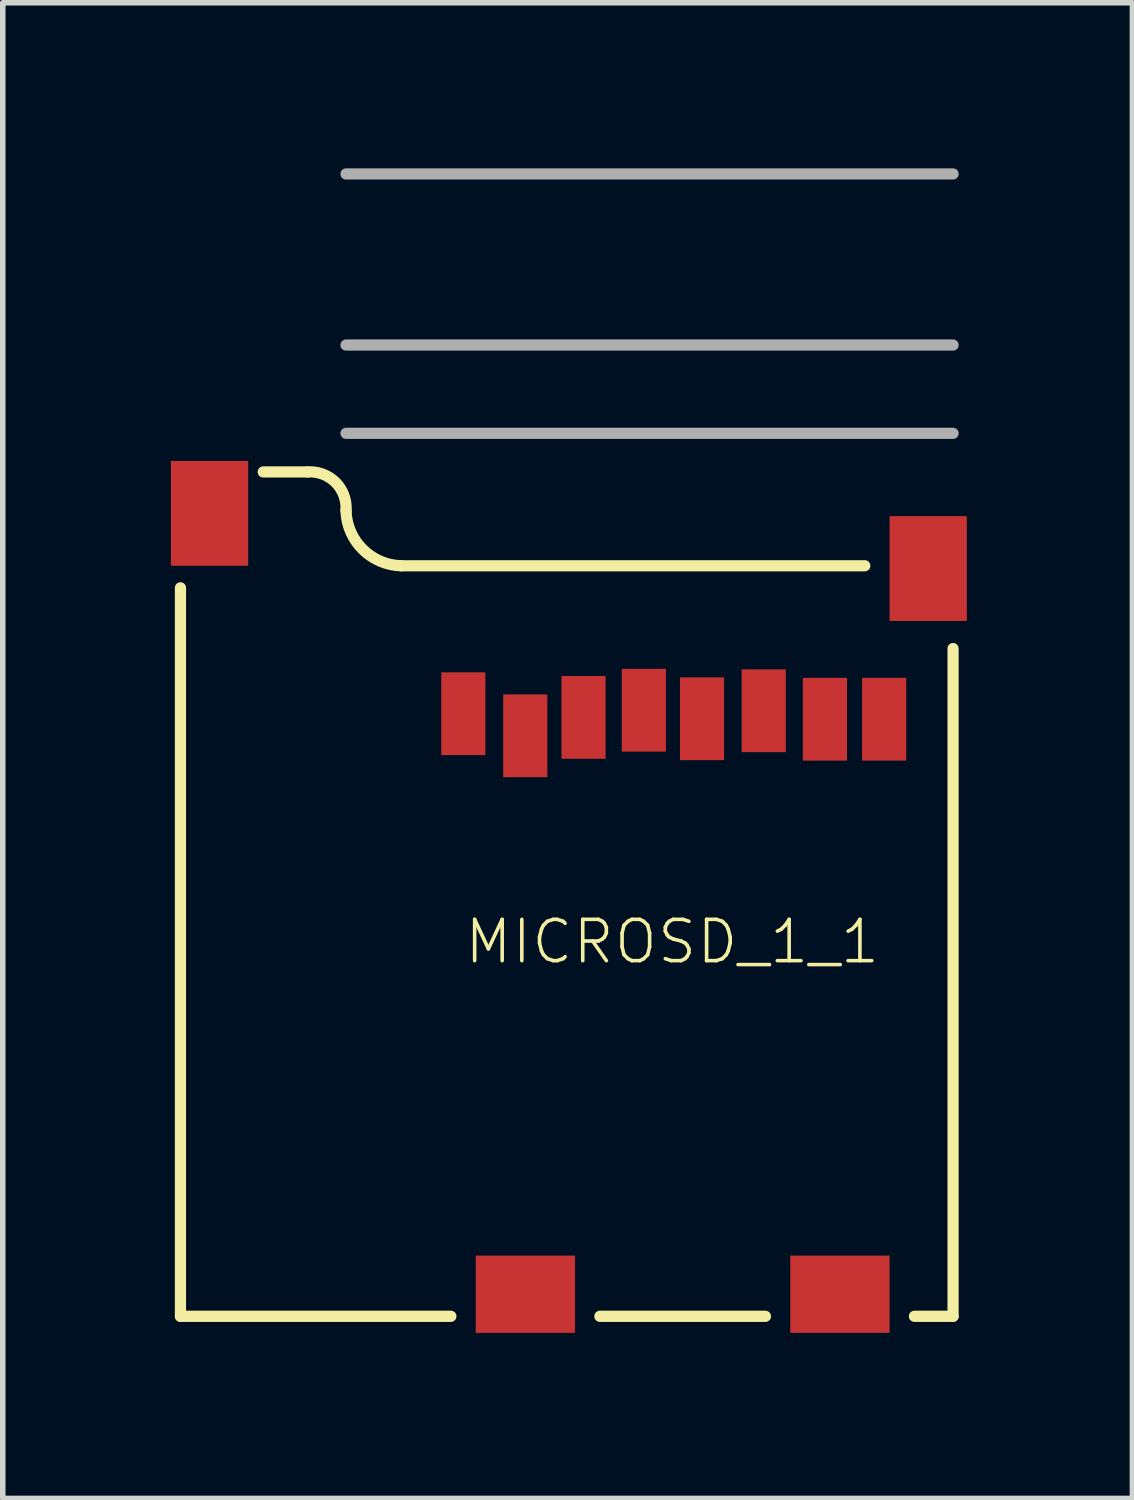
<source format=kicad_pcb>
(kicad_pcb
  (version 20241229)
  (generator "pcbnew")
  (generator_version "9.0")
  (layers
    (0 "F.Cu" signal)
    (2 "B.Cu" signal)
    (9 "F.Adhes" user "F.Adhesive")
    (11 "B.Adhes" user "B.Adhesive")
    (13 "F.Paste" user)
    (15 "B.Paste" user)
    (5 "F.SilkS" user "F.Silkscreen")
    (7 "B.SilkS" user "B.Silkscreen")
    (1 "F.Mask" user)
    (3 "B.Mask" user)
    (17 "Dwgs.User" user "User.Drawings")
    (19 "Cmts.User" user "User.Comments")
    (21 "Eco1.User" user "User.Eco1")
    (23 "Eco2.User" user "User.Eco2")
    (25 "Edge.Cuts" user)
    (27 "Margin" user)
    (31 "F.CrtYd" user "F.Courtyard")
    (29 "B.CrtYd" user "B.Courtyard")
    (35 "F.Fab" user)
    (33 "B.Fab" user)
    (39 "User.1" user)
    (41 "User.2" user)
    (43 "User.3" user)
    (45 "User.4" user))
  (footprint "MICROSD_1_1"
    (layer "F.Cu")
    (at 0.25 20.802)
    (property "Reference" "MICROSD_1_1" (at 5.08 -6.35 0) (layer "F.SilkS") (effects (font (size 0.748 0.748) (thickness 0.065)) (justify left bottom)))
    (fp_line (start -0.03 0) (end -0.03 -13.2) (stroke (width 0.203) (type solid)) (layer "F.SilkS"))
    (fp_line (start -0.03 0) (end 4.87 0) (stroke (width 0.203) (type solid)) (layer "F.SilkS"))
    (fp_line (start 2.27 -15.3) (end 1.47 -15.3) (stroke (width 0.203) (type solid)) (layer "F.SilkS"))
    (fp_line (start 3.97 -13.6) (end 12.37 -13.6) (stroke (width 0.203) (type solid)) (layer "F.SilkS"))
    (fp_line (start 10.57 0) (end 7.57 0) (stroke (width 0.203) (type solid)) (layer "F.SilkS"))
    (fp_line (start 13.97 -12.1) (end 13.97 0) (stroke (width 0.203) (type solid)) (layer "F.SilkS"))
    (fp_line (start 13.97 0) (end 13.27 0) (stroke (width 0.203) (type solid)) (layer "F.SilkS"))
    (fp_arc (start 2.27 -15.3) (mid 2.780977 -15.110977) (end 2.97 -14.6) (stroke (width 0.2032) (type solid)) (layer "F.SilkS"))
    (fp_arc (start 3.969998 -13.6) (mid 3.269999 -13.9) (end 2.97 -14.6) (stroke (width 0.2032) (type solid)) (layer "F.SilkS"))
    (fp_line (start 2.97 -16) (end 13.97 -16) (stroke (width 0.203) (type solid)) (layer "F.Fab"))
    (fp_line (start 13.97 -20.7) (end 2.97 -20.7) (stroke (width 0.203) (type solid)) (layer "F.Fab"))
    (fp_line (start 13.97 -17.6) (end 2.97 -17.6) (stroke (width 0.203) (type solid)) (layer "F.Fab"))
    (pad "1" smd rect (at 5.096 -10.919) (size 0.8 1.5) (layers "F.Cu" "F.Mask" "F.Paste"))
    (pad "2" smd rect (at 6.218 -10.519) (size 0.8 1.5) (layers "F.Cu" "F.Mask" "F.Paste"))
    (pad "3" smd rect (at 7.274 -10.853) (size 0.8 1.5) (layers "F.Cu" "F.Mask" "F.Paste"))
    (pad "4" smd rect (at 8.367 -10.982) (size 0.8 1.5) (layers "F.Cu" "F.Mask" "F.Paste"))
    (pad "5" smd rect (at 9.421 -10.828) (size 0.8 1.5) (layers "F.Cu" "F.Mask" "F.Paste"))
    (pad "6" smd rect (at 10.539 -10.973) (size 0.8 1.5) (layers "F.Cu" "F.Mask" "F.Paste"))
    (pad "7" smd rect (at 11.648 -10.819) (size 0.8 1.5) (layers "F.Cu" "F.Mask" "F.Paste"))
    (pad "8" smd rect (at 12.721 -10.819) (size 0.8 1.5) (layers "F.Cu" "F.Mask" "F.Paste"))
    (pad "CD1" smd rect (at 11.92 -0.4) (size 1.8 1.4) (layers "F.Cu" "F.Mask" "F.Paste"))
    (pad "CD2" smd rect (at 6.22 -0.4) (size 1.8 1.4) (layers "F.Cu" "F.Mask" "F.Paste"))
    (pad "GND1" smd rect (at 0.497 -14.55) (size 1.4 1.9) (layers "F.Cu" "F.Mask" "F.Paste"))
    (pad "GND3" smd rect (at 13.52 -13.55) (size 1.4 1.9) (layers "F.Cu" "F.Mask" "F.Paste")))
  (gr_rect
    (start -3 -3)
    (end 17.47 24.102)
    (stroke (width 0.1) (type default))
    (fill no)
    (layer "Edge.Cuts")))
</source>
